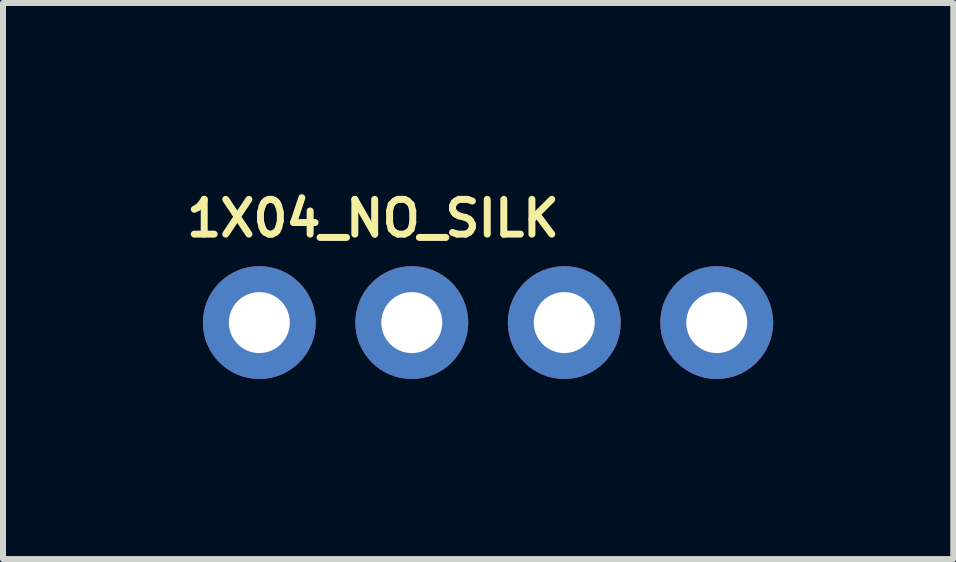
<source format=kicad_pcb>
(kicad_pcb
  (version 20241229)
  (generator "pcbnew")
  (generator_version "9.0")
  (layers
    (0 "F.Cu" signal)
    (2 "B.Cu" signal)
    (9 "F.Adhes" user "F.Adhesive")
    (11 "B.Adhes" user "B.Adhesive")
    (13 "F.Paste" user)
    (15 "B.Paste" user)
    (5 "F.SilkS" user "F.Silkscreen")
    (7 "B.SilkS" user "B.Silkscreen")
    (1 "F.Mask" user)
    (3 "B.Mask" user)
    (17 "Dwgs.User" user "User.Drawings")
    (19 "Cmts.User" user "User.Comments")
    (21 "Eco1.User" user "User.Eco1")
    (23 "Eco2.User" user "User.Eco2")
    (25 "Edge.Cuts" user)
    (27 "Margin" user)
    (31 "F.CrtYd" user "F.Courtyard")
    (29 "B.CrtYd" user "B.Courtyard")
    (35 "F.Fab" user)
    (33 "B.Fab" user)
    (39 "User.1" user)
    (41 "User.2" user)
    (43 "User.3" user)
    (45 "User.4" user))
  (footprint "1X04_NO_SILK"
    (layer "F.Cu")
    (at 1.27 2.324)
    (property "Reference" "1X04_NO_SILK" (at -1.27 -1.397 0) (layer "F.SilkS") (effects (font (size 0.579 0.579) (thickness 0.116)) (justify left bottom)))
    (attr through_hole)
    (fp_poly (pts (xy -0.254 0.254) (xy 0.254 0.254) (xy 0.254 -0.254) (xy -0.254 -0.254)) (stroke (width 0.1) (type solid)) (fill no) (layer "F.Fab"))
    (fp_poly (pts (xy 2.286 0.254) (xy 2.794 0.254) (xy 2.794 -0.254) (xy 2.286 -0.254)) (stroke (width 0.1) (type solid)) (fill no) (layer "F.Fab"))
    (fp_poly (pts (xy 4.826 0.254) (xy 5.334 0.254) (xy 5.334 -0.254) (xy 4.826 -0.254)) (stroke (width 0.1) (type solid)) (fill no) (layer "F.Fab"))
    (fp_poly (pts (xy 7.366 0.254) (xy 7.874 0.254) (xy 7.874 -0.254) (xy 7.366 -0.254)) (stroke (width 0.1) (type solid)) (fill no) (layer "F.Fab"))
    (pad "1" thru_hole circle (at 0 0 90) (size 1.88 1.88) (drill 1.016) (layers "*.Cu" "*.Mask"))
    (pad "2" thru_hole circle (at 2.54 0 90) (size 1.88 1.88) (drill 1.016) (layers "*.Cu" "*.Mask"))
    (pad "3" thru_hole circle (at 5.08 0 90) (size 1.88 1.88) (drill 1.016) (layers "*.Cu" "*.Mask"))
    (pad "4" thru_hole circle (at 7.62 0 90) (size 1.88 1.88) (drill 1.016) (layers "*.Cu" "*.Mask")))
  (gr_rect
    (start -3 -3)
    (end 12.83 6.263)
    (stroke (width 0.1) (type default))
    (fill no)
    (layer "Edge.Cuts")))
</source>
